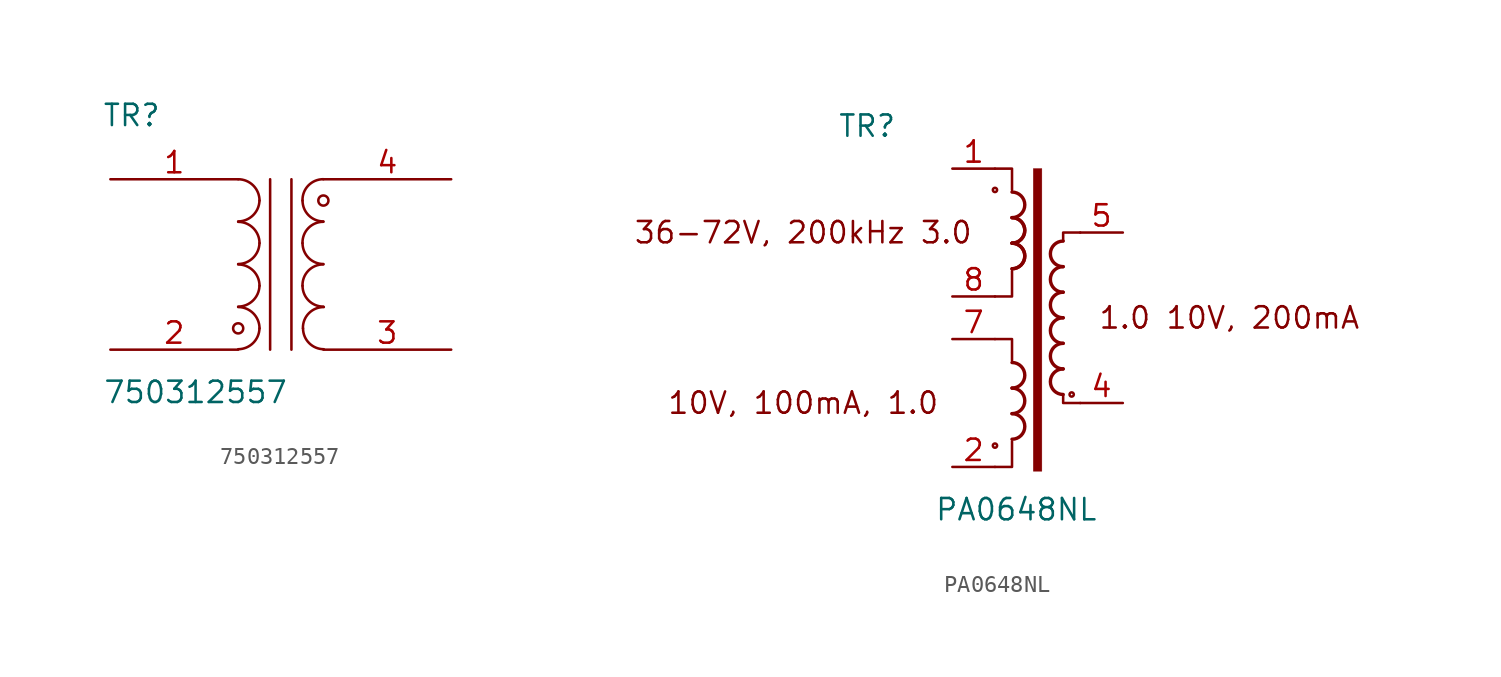
<source format=kicad_sym>
(kicad_symbol_lib
  (version 20231120)
  (generator "kicad_symbol_editor")
  (generator_version "8.0")
  (symbol "750312557"
    (property "Reference" "TR"
      (at 1.27 13.97 0)
      (effects (font (size 1.27 1.27))))
    (property "Value" "750312557"
      (at 5.08 -2.54 0)
      (effects (font (size 1.27 1.27))))
    (symbol "750312557_0_1"
      (polyline (pts (xy 9.525 10.16) (xy 9.525 0)) (stroke (width 0) (type default)) (fill (type none)))
      (polyline (pts (xy 10.795 0) (xy 10.795 10.16)) (stroke (width 0) (type default)) (fill (type none)))
      (arc (start 7.62 0.0254) (mid 8.5039 0.3937) (end 8.89 1.27) (stroke (width 0) (type default)) (fill (type none)))
      (circle (center 7.62 1.27) (radius 0.302) (stroke (width 0) (type default)) (fill (type none)))
      (arc (start 7.62 2.5654) (mid 8.5039 2.9337) (end 8.89 3.81) (stroke (width 0) (type default)) (fill (type none)))
      (arc (start 7.62 5.1054) (mid 8.5039 5.4737) (end 8.89 6.35) (stroke (width 0) (type default)) (fill (type none)))
      (arc (start 7.62 7.6454) (mid 8.5039 8.0137) (end 8.89 8.89) (stroke (width 0) (type default)) (fill (type none)))
      (arc (start 8.89 1.27) (mid 8.518 2.168) (end 7.62 2.54) (stroke (width 0) (type default)) (fill (type none)))
      (arc (start 8.89 3.81) (mid 8.518 4.708) (end 7.62 5.08) (stroke (width 0) (type default)) (fill (type none)))
      (arc (start 8.89 6.35) (mid 8.518 7.248) (end 7.62 7.62) (stroke (width 0) (type default)) (fill (type none)))
      (arc (start 8.89 8.89) (mid 8.518 9.788) (end 7.62 10.16) (stroke (width 0) (type default)) (fill (type none)))
      (arc (start 11.4554 3.81) (mid 11.8199 2.9299) (end 12.7 2.5654) (stroke (width 0) (type default)) (fill (type none)))
      (arc (start 11.4554 6.35) (mid 11.8199 5.4699) (end 12.7 5.1054) (stroke (width 0) (type default)) (fill (type none)))
      (arc (start 11.4554 8.89) (mid 11.8199 8.0099) (end 12.7 7.6454) (stroke (width 0) (type default)) (fill (type none)))
      (arc (start 11.4808 1.27) (mid 11.8454 0.3901) (end 12.7254 0.0254) (stroke (width 0) (type default)) (fill (type none)))
      (arc (start 12.7 5.08) (mid 11.8058 4.7115) (end 11.4554 3.81) (stroke (width 0) (type default)) (fill (type none)))
      (arc (start 12.7 7.62) (mid 11.8058 7.2515) (end 11.4554 6.35) (stroke (width 0) (type default)) (fill (type none)))
      (circle (center 12.7 8.89) (radius 0.302) (stroke (width 0) (type default)) (fill (type none)))
      (arc (start 12.7 10.16) (mid 11.8058 9.7915) (end 11.4554 8.89) (stroke (width 0) (type default)) (fill (type none)))
      (arc (start 12.7254 2.54) (mid 11.8309 2.1717) (end 11.4808 1.27) (stroke (width 0) (type default)) (fill (type none))))
    (symbol "750312557_1_1"
      (pin passive line (at 0 10.16 0) (length 7.62) (name "" (effects (font (size 1.27 1.27)))) (number "1" (effects (font (size 1.27 1.27)))))
      (pin passive line (at 0 0 0) (length 7.62) (name "" (effects (font (size 1.27 1.27)))) (number "2" (effects (font (size 1.27 1.27)))))
      (pin passive line (at 20.32 0 180) (length 7.62) (name "" (effects (font (size 1.27 1.27)))) (number "3" (effects (font (size 1.27 1.27)))))
      (pin passive line (at 20.32 10.16 180) (length 7.62) (name "" (effects (font (size 1.27 1.27)))) (number "4" (effects (font (size 1.27 1.27)))))))
  (symbol "PA0648NL"
    (property "Reference" "TR"
      (at -10.16 11.43 0)
      (effects (font (size 1.27 1.27))))
    (property "Value" "PA0648NL"
      (at -1.27 -11.43 0)
      (effects (font (size 1.27 1.27))))
    (symbol "PA0648NL_0_1"
      (circle (center -2.54 -7.62) (radius 0.127) (stroke (width 0) (type default)) (fill (type none)))
      (circle (center -2.54 7.62) (radius 0.127) (stroke (width 0) (type default)) (fill (type none)))
      (arc (start -1.524 -7.239) (mid -0.7653 -6.477) (end -1.524 -5.715) (stroke (width 0.2032) (type default)) (fill (type none)))
      (arc (start -1.524 -5.715) (mid -0.7653 -4.953) (end -1.524 -4.191) (stroke (width 0.2032) (type default)) (fill (type none)))
      (arc (start -1.524 -4.191) (mid -0.7653 -3.429) (end -1.524 -2.667) (stroke (width 0.2032) (type default)) (fill (type none)))
      (arc (start -1.524 2.921) (mid -0.7653 3.683) (end -1.524 4.445) (stroke (width 0.2032) (type default)) (fill (type none)))
      (arc (start -1.524 2.921) (mid -0.7653 3.683) (end -1.524 4.445) (stroke (width 0.2032) (type default)) (fill (type none)))
      (arc (start -1.524 4.445) (mid -0.7653 5.207) (end -1.524 5.969) (stroke (width 0.2032) (type default)) (fill (type none)))
      (arc (start -1.524 4.445) (mid -0.7653 5.207) (end -1.524 5.969) (stroke (width 0.2032) (type default)) (fill (type none)))
      (arc (start -1.524 5.969) (mid -0.7653 6.731) (end -1.524 7.493) (stroke (width 0.2032) (type default)) (fill (type none)))
      (polyline (pts (xy -2.54 -8.89) (xy -1.524 -8.89) (xy -1.524 -7.366)) (stroke (width 0) (type default)) (fill (type none)))
      (polyline (pts (xy -2.54 -1.27) (xy -1.524 -1.27) (xy -1.524 -2.54)) (stroke (width 0) (type default)) (fill (type none)))
      (polyline (pts (xy -2.54 1.27) (xy -1.524 1.27) (xy -1.524 2.794)) (stroke (width 0) (type default)) (fill (type none)))
      (polyline (pts (xy -1.524 7.62) (xy -1.524 8.89) (xy -2.54 8.89)) (stroke (width 0) (type default)) (fill (type none)))
      (polyline (pts (xy 1.524 -4.572) (xy 1.524 -5.08) (xy 2.54 -5.08)) (stroke (width 0) (type default)) (fill (type none)))
      (polyline (pts (xy 1.524 4.572) (xy 1.524 5.08) (xy 2.54 5.08)) (stroke (width 0) (type default)) (fill (type none)))
      (rectangle (start 0.254 -9.144) (end -0.254 8.89) (stroke (width 0.025) (type default)) (fill (type outline)))
      (arc (start 1.524 -3.048) (mid 0.7653 -3.81) (end 1.524 -4.572) (stroke (width 0.2032) (type default)) (fill (type none)))
      (arc (start 1.524 -1.524) (mid 0.7653 -2.286) (end 1.524 -3.048) (stroke (width 0.2032) (type default)) (fill (type none)))
      (arc (start 1.524 0) (mid 0.7653 -0.762) (end 1.524 -1.524) (stroke (width 0.2032) (type default)) (fill (type none)))
      (arc (start 1.524 1.524) (mid 0.7653 0.762) (end 1.524 0) (stroke (width 0.2032) (type default)) (fill (type none)))
      (arc (start 1.524 3.048) (mid 0.7653 2.286) (end 1.524 1.524) (stroke (width 0.2032) (type default)) (fill (type none)))
      (arc (start 1.524 4.572) (mid 0.7653 3.81) (end 1.524 3.048) (stroke (width 0.2032) (type default)) (fill (type none)))
      (circle (center 2.032 -4.572) (radius 0.127) (stroke (width 0) (type default)) (fill (type none))))
    (symbol "PA0648NL_1_1"
      (text "1.0 10V, 200mA" (at 11.43 0 0) (effects (font (size 1.27 1.27))))
      (text "10V, 100mA, 1.0\n" (at -13.97 -5.08 0) (effects (font (size 1.27 1.27))))
      (text "36-72V, 200kHz 3.0" (at -13.97 5.08 0) (effects (font (size 1.27 1.27))))
      (pin passive line (at -5.08 8.89 0) (length 2.54) (name "~" (effects (font (size 1.27 1.27)))) (number "1" (effects (font (size 1.27 1.27)))))
      (pin passive line (at -5.08 -8.89 0) (length 2.54) (name "~" (effects (font (size 1.27 1.27)))) (number "2" (effects (font (size 1.27 1.27)))))
      (pin passive line (at 5.08 -5.08 180) (length 2.54) (name "" (effects (font (size 1.27 1.27)))) (number "4" (effects (font (size 1.27 1.27)))))
      (pin passive line (at 5.08 5.08 180) (length 2.54) (name "~" (effects (font (size 1.27 1.27)))) (number "5" (effects (font (size 1.27 1.27)))))
      (pin passive line (at -5.08 -1.27 0) (length 2.54) (name "~" (effects (font (size 1.27 1.27)))) (number "7" (effects (font (size 1.27 1.27)))))
      (pin passive line (at -5.08 1.27 0) (length 2.54) (name "~" (effects (font (size 1.27 1.27)))) (number "8" (effects (font (size 1.27 1.27))))))))
</source>
